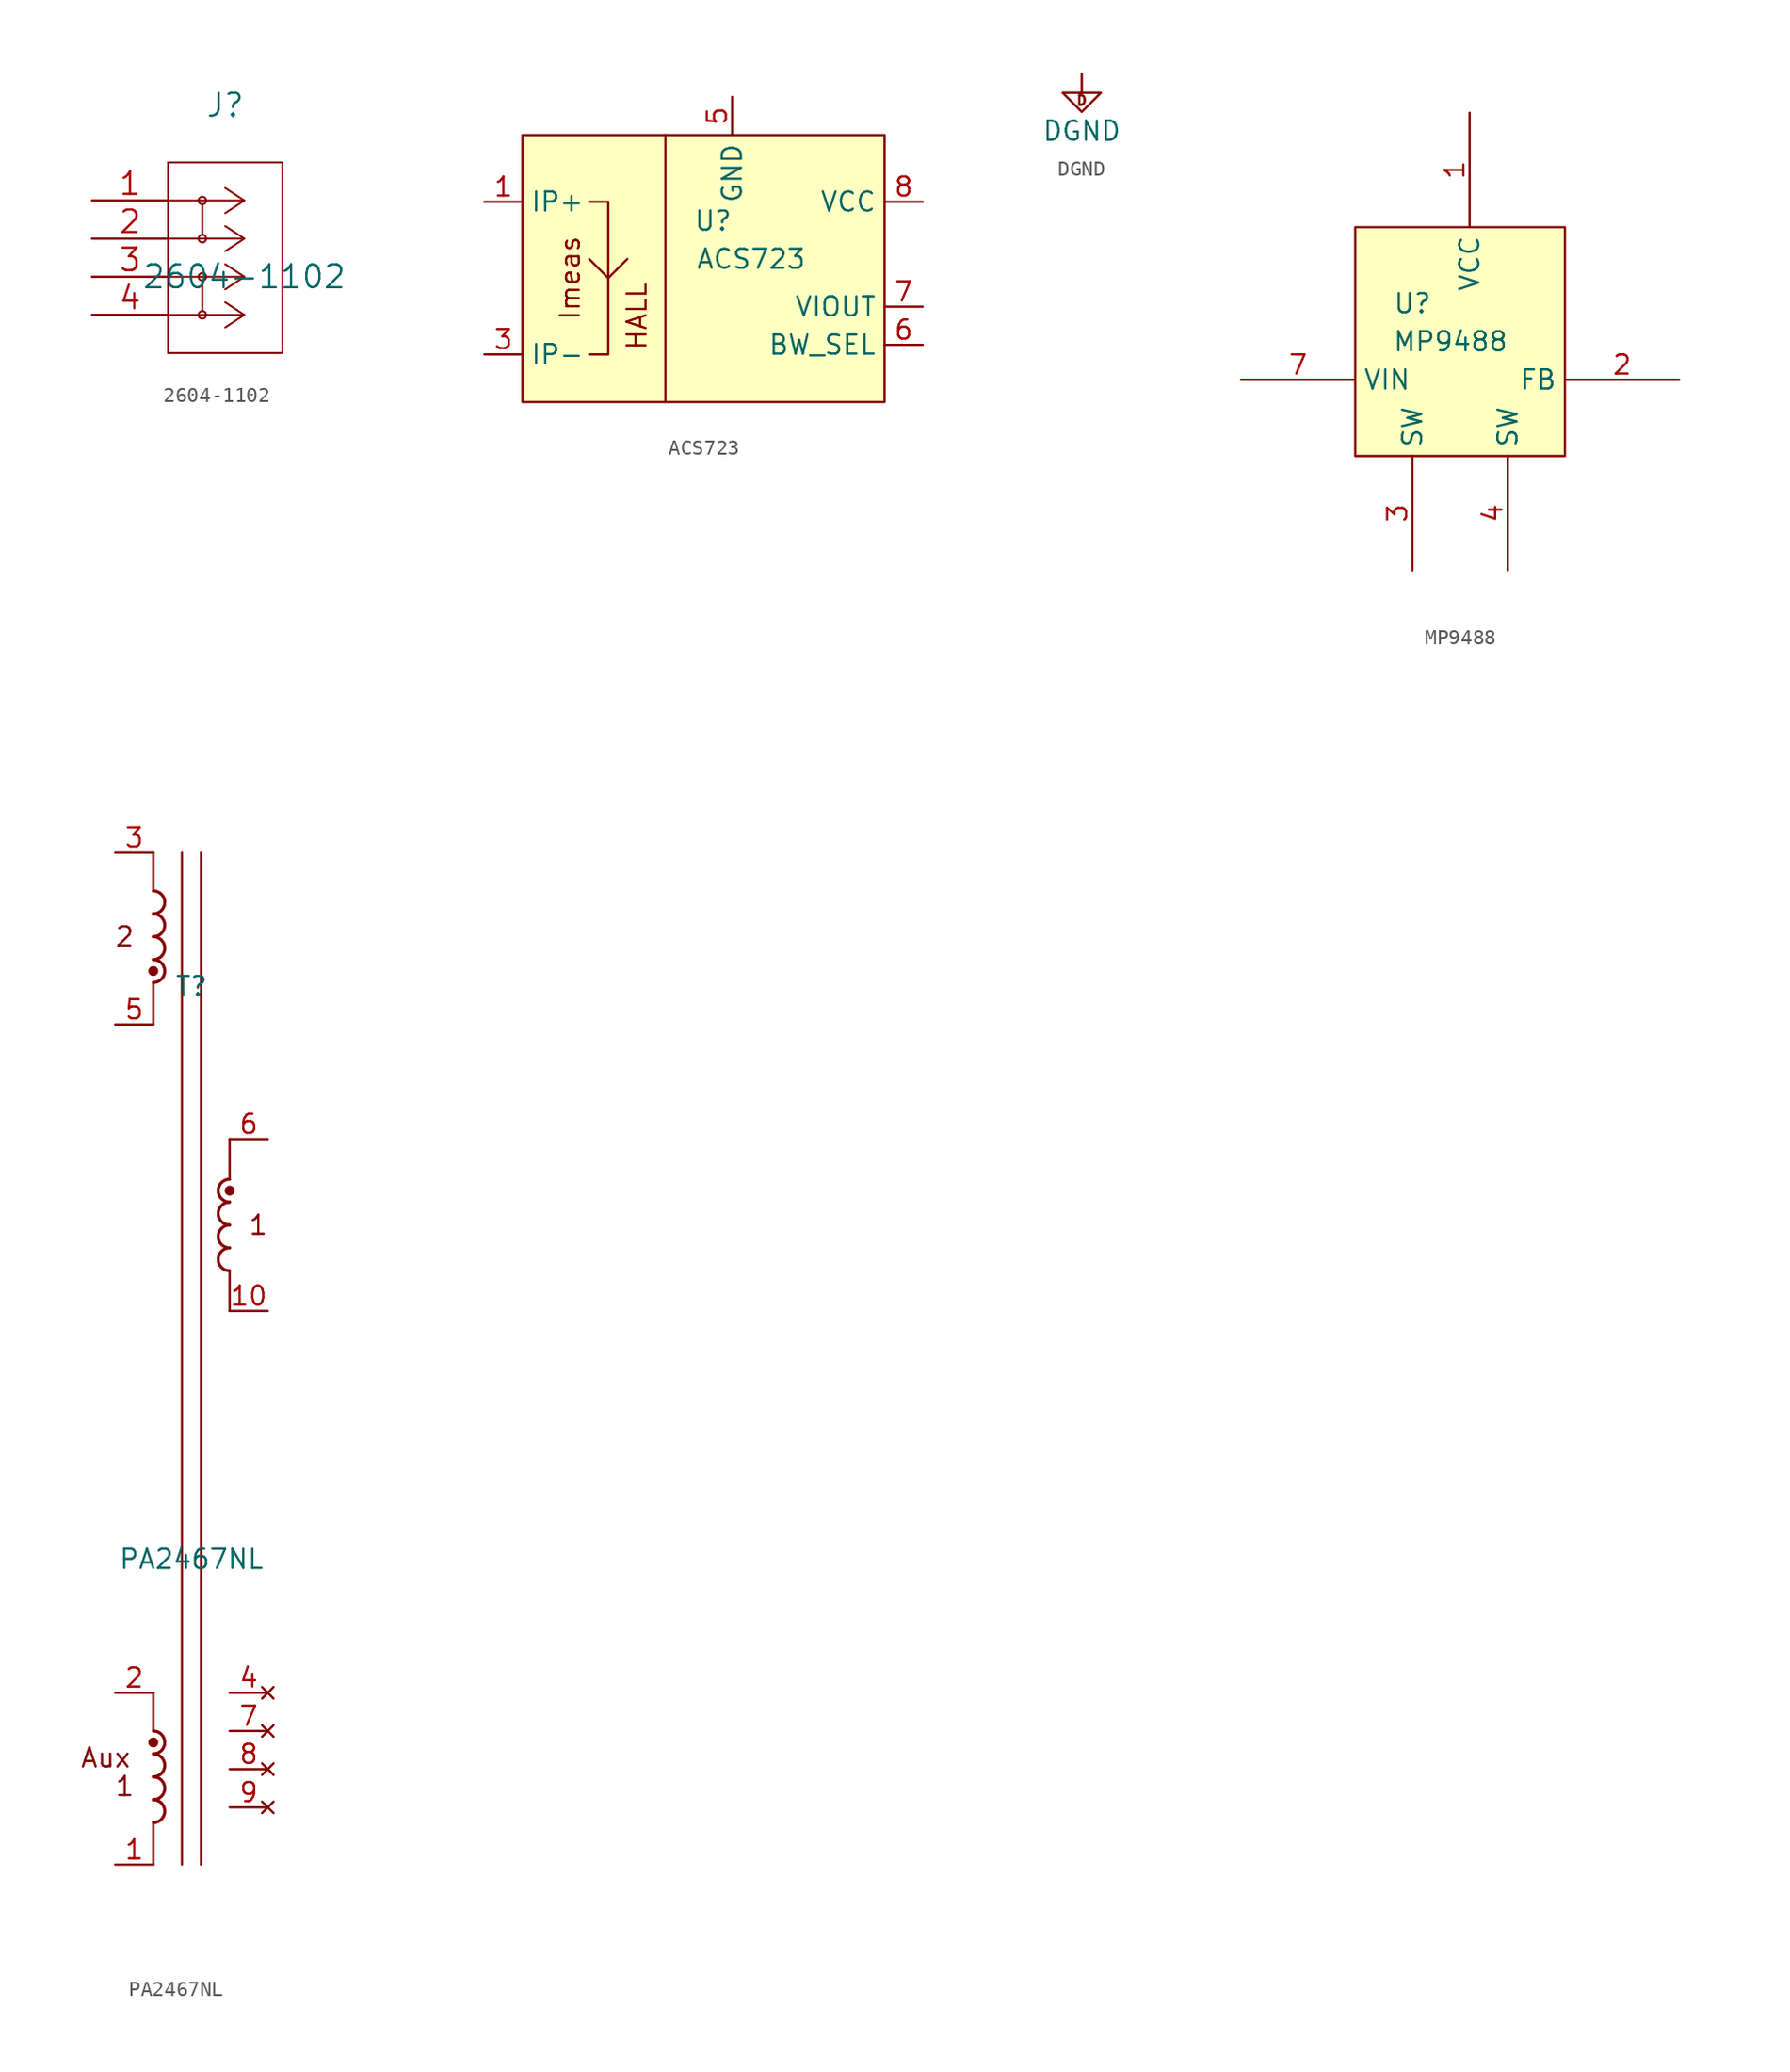
<source format=kicad_sym>
(kicad_symbol_lib
  (version 20211014)
  (generator kicad_symbol_editor)
  (symbol "2604-1102"
    (pin_names
      (offset 0.254) hide)
    (property "Reference" "J"
      (at -1.27 11.43 0)
      (effects (font (size 1.524 1.524))))
    (property "Value" "2604-1102"
      (at 0 0 0)
      (effects (font (size 1.524 1.524))))
    (property "Datasheet" ""
      (at 0 0 0)
      (effects (font (size 1.524 1.524))))
    (symbol "2604-1102_1_1"
      (circle (center -2.794 -2.54) (radius 0.254) (stroke (width 0.127) (type default) (color 0 0 0 0)) (fill (type none)))
      (circle (center -2.794 0) (radius 0.254) (stroke (width 0.127) (type default) (color 0 0 0 0)) (fill (type none)))
      (circle (center -2.794 2.54) (radius 0.254) (stroke (width 0.127) (type default) (color 0 0 0 0)) (fill (type none)))
      (circle (center -2.794 5.08) (radius 0.254) (stroke (width 0.127) (type default) (color 0 0 0 0)) (fill (type none)))
      (arc (start -2.54 -2.54) (mid -3.048 -2.54) (end -2.54 -2.54) (stroke (width 0.127) (type default) (color 0 0 0 0)) (fill (type none)))
      (arc (start -2.54 0) (mid -3.048 0) (end -2.54 0) (stroke (width 0.127) (type default) (color 0 0 0 0)) (fill (type none)))
      (arc (start -2.54 2.54) (mid -3.048 2.54) (end -2.54 2.54) (stroke (width 0.127) (type default) (color 0 0 0 0)) (fill (type none)))
      (arc (start -2.54 5.08) (mid -3.048 5.08) (end -2.54 5.08) (stroke (width 0.127) (type default) (color 0 0 0 0)) (fill (type none)))
      (polyline (pts (xy -5.08 -5.08) (xy 2.54 -5.08)) (stroke (width 0.127) (type default) (color 0 0 0 0)) (fill (type none)))
      (polyline (pts (xy -5.08 7.62) (xy -5.08 -5.08)) (stroke (width 0.127) (type default) (color 0 0 0 0)) (fill (type none)))
      (polyline (pts (xy -2.794 -0.254) (xy -2.794 -2.286)) (stroke (width 0.127) (type default) (color 0 0 0 0)) (fill (type none)))
      (polyline (pts (xy -2.794 4.826) (xy -2.794 2.794)) (stroke (width 0.127) (type default) (color 0 0 0 0)) (fill (type none)))
      (polyline (pts (xy 0 -2.54) (xy -5.08 -2.54)) (stroke (width 0.127) (type default) (color 0 0 0 0)) (fill (type none)))
      (polyline (pts (xy 0 -2.54) (xy -1.27 -3.378)) (stroke (width 0.127) (type default) (color 0 0 0 0)) (fill (type none)))
      (polyline (pts (xy 0 -2.54) (xy -1.27 -1.702)) (stroke (width 0.127) (type default) (color 0 0 0 0)) (fill (type none)))
      (polyline (pts (xy 0 0) (xy -5.08 0)) (stroke (width 0.127) (type default) (color 0 0 0 0)) (fill (type none)))
      (polyline (pts (xy 0 0) (xy -1.27 -0.838)) (stroke (width 0.127) (type default) (color 0 0 0 0)) (fill (type none)))
      (polyline (pts (xy 0 0) (xy -1.27 0.838)) (stroke (width 0.127) (type default) (color 0 0 0 0)) (fill (type none)))
      (polyline (pts (xy 0 2.54) (xy -5.08 2.54)) (stroke (width 0.127) (type default) (color 0 0 0 0)) (fill (type none)))
      (polyline (pts (xy 0 2.54) (xy -1.27 1.702)) (stroke (width 0.127) (type default) (color 0 0 0 0)) (fill (type none)))
      (polyline (pts (xy 0 2.54) (xy -1.27 3.378)) (stroke (width 0.127) (type default) (color 0 0 0 0)) (fill (type none)))
      (polyline (pts (xy 0 5.08) (xy -5.08 5.08)) (stroke (width 0.127) (type default) (color 0 0 0 0)) (fill (type none)))
      (polyline (pts (xy 0 5.08) (xy -1.27 4.242)) (stroke (width 0.127) (type default) (color 0 0 0 0)) (fill (type none)))
      (polyline (pts (xy 0 5.08) (xy -1.27 5.918)) (stroke (width 0.127) (type default) (color 0 0 0 0)) (fill (type none)))
      (polyline (pts (xy 2.54 -5.08) (xy 2.54 7.62)) (stroke (width 0.127) (type default) (color 0 0 0 0)) (fill (type none)))
      (polyline (pts (xy 2.54 7.62) (xy -5.08 7.62)) (stroke (width 0.127) (type default) (color 0 0 0 0)) (fill (type none)))
      (pin unspecified line (at -10.16 5.08 0) (length 5.08) (name "1" (effects (font (size 1.499 1.499)))) (number "1" (effects (font (size 1.499 1.499)))))
      (pin unspecified line (at -10.16 2.54 0) (length 5.08) (name "2" (effects (font (size 1.499 1.499)))) (number "2" (effects (font (size 1.499 1.499)))))
      (pin unspecified line (at -10.16 0 0) (length 5.08) (name "3" (effects (font (size 1.499 1.499)))) (number "3" (effects (font (size 1.499 1.499)))))
      (pin unspecified line (at -10.16 -2.54 0) (length 5.08) (name "4" (effects (font (size 1.499 1.499)))) (number "4" (effects (font (size 1.499 1.499)))))))
  (symbol "ACS723"
    (property "Reference" "U"
      (at 2.54 2.54 0)
      (effects (font (size 1.27 1.27))))
    (property "Value" "ACS723"
      (at 5.08 0 0)
      (effects (font (size 1.27 1.27))))
    (symbol "ACS723_0_0"
      (rectangle (start -10.16 8.255) (end 13.97 -9.525) (stroke (width 0) (type default) (color 0 0 0 0)) (fill (type background)))
      (polyline (pts (xy -0.635 8.255) (xy -0.635 -9.525)) (stroke (width 0) (type default) (color 0 0 0 0)) (fill (type none)))
      (polyline (pts (xy -5.715 0) (xy -4.445 -1.27) (xy -3.175 0)) (stroke (width 0) (type default) (color 0 0 0 0)) (fill (type none)))
      (text "HALL" (at -2.54 -3.81 900) (effects (font (size 1.27 1.27))))
      (text "Imeas" (at -6.985 -1.27 900) (effects (font (size 1.27 1.27)))))
    (symbol "ACS723_0_1"
      (polyline (pts (xy -5.715 3.81) (xy -4.445 3.81) (xy -4.445 -6.35) (xy -5.715 -6.35)) (stroke (width 0) (type default) (color 0 0 0 0)) (fill (type none))))
    (symbol "ACS723_1_1"
      (pin passive line (at -12.7 3.81 0) (length 2.54) (name "IP+" (effects (font (size 1.27 1.27)))) (number "1" (effects (font (size 1.27 1.27)))))
      (pin passive line (at -12.7 3.81 0) (length 2.54) hide (name "IP+" (effects (font (size 1.27 1.27)))) (number "2" (effects (font (size 1.27 1.27)))))
      (pin passive line (at -12.7 -6.35 0) (length 2.54) (name "IP-" (effects (font (size 1.27 1.27)))) (number "3" (effects (font (size 1.27 1.27)))))
      (pin passive line (at -12.7 -6.35 0) (length 2.54) hide (name "IP-" (effects (font (size 1.27 1.27)))) (number "4" (effects (font (size 1.27 1.27)))))
      (pin power_in line (at 3.81 10.795 270) (length 2.54) (name "GND" (effects (font (size 1.27 1.27)))) (number "5" (effects (font (size 1.27 1.27)))))
      (pin passive line (at 16.51 -5.715 180) (length 2.54) (name "BW_SEL" (effects (font (size 1.27 1.27)))) (number "6" (effects (font (size 1.27 1.27)))))
      (pin output line (at 16.51 -3.175 180) (length 2.54) (name "VIOUT" (effects (font (size 1.27 1.27)))) (number "7" (effects (font (size 1.27 1.27)))))
      (pin power_in line (at 16.51 3.81 180) (length 2.54) (name "VCC" (effects (font (size 1.27 1.27)))) (number "8" (effects (font (size 1.27 1.27)))))))
  (symbol "DGND"
    (power)
    (pin_names
      (offset 0))
    (property "Reference" "#PWR"
      (at 0 -6.35 0)
      (effects (font (size 1.27 1.27)) hide))
    (property "Value" "DGND"
      (at 0 -3.81 0)
      (effects (font (size 1.27 1.27))))
    (symbol "DGND_0_0"
      (text "D" (at 0 -1.778 0) (effects (font (size 0.63 0.63)))))
    (symbol "DGND_0_1"
      (polyline (pts (xy 0 0) (xy 0 -1.27) (xy 1.27 -1.27) (xy 0 -2.54) (xy -1.27 -1.27) (xy 0 -1.27)) (stroke (width 0) (type default) (color 0 0 0 0)) (fill (type none))))
    (symbol "DGND_1_1"
      (pin power_in line (at 0 0 270) (length 0) hide (name "DGND" (effects (font (size 1.27 1.27)))) (number "1" (effects (font (size 1.27 1.27)))))))
  (symbol "MP9488"
    (property "Reference" "U"
      (at -3.81 1.27 0)
      (effects (font (size 1.27 1.27))))
    (property "Value" "MP9488"
      (at -1.27 -1.27 0)
      (effects (font (size 1.27 1.27))))
    (symbol "MP9488_0_1"
      (rectangle (start -7.62 6.35) (end 6.35 -8.89) (stroke (width 0) (type default) (color 0 0 0 0)) (fill (type background))))
    (symbol "MP9488_1_1"
      (pin power_in line (at 0 13.97 270) (length 7.62) (name "VCC" (effects (font (size 1.27 1.27)))) (number "1" (effects (font (size 1.27 1.27)))))
      (pin input line (at 13.97 -3.81 180) (length 7.62) (name "FB" (effects (font (size 1.27 1.27)))) (number "2" (effects (font (size 1.27 1.27)))))
      (pin power_out line (at -3.81 -16.51 90) (length 7.62) (name "SW" (effects (font (size 1.27 1.27)))) (number "3" (effects (font (size 1.27 1.27)))))
      (pin power_out line (at 2.54 -16.51 90) (length 7.62) (name "SW" (effects (font (size 1.27 1.27)))) (number "4" (effects (font (size 1.27 1.27)))))
      (pin power_in line (at -15.24 -3.81 0) (length 7.62) (name "VIN" (effects (font (size 1.27 1.27)))) (number "7" (effects (font (size 1.27 1.27)))))))
  (symbol "PA2467NL"
    (pin_names hide)
    (property "Reference" "T"
      (at 0 13.97 0)
      (effects (font (size 1.27 1.27))))
    (property "Value" "PA2467NL"
      (at 0 -24.13 0)
      (effects (font (size 1.27 1.27))))
    (symbol "PA2467NL_0_0"
      (text "1" (at -4.445 -39.243 0) (effects (font (size 1.27 1.27))))
      (text "1" (at 4.445 -1.905 0) (effects (font (size 1.27 1.27))))
      (text "2" (at -4.445 17.272 0) (effects (font (size 1.27 1.27))))
      (text "Aux" (at -5.715 -37.338 0) (effects (font (size 1.27 1.27)))))
    (symbol "PA2467NL_0_1"
      (arc (start -2.54 -41.656) (mid -1.778 -40.894) (end -2.54 -40.132) (stroke (width 0.2032) (type default) (color 0 0 0 0)) (fill (type none)))
      (arc (start -2.54 -40.132) (mid -1.778 -39.37) (end -2.54 -38.608) (stroke (width 0.2032) (type default) (color 0 0 0 0)) (fill (type none)))
      (arc (start -2.54 -38.608) (mid -1.778 -37.846) (end -2.54 -37.084) (stroke (width 0.2032) (type default) (color 0 0 0 0)) (fill (type none)))
      (arc (start -2.54 -37.084) (mid -1.778 -36.322) (end -2.54 -35.56) (stroke (width 0.2032) (type default) (color 0 0 0 0)) (fill (type none)))
      (circle (center -2.54 -36.322) (radius 0.254) (stroke (width 0) (type default) (color 0 0 0 0)) (fill (type outline)))
      (arc (start -2.54 14.224) (mid -1.778 14.986) (end -2.54 15.748) (stroke (width 0.2032) (type default) (color 0 0 0 0)) (fill (type none)))
      (circle (center -2.54 14.986) (radius 0.254) (stroke (width 0) (type default) (color 0 0 0 0)) (fill (type outline)))
      (arc (start -2.54 15.748) (mid -1.778 16.51) (end -2.54 17.272) (stroke (width 0.2032) (type default) (color 0 0 0 0)) (fill (type none)))
      (arc (start -2.54 17.272) (mid -1.778 18.034) (end -2.54 18.796) (stroke (width 0.2032) (type default) (color 0 0 0 0)) (fill (type none)))
      (arc (start -2.54 18.796) (mid -1.778 19.558) (end -2.54 20.32) (stroke (width 0.2032) (type default) (color 0 0 0 0)) (fill (type none)))
      (polyline (pts (xy -2.54 -41.656) (xy -2.54 -44.45)) (stroke (width 0) (type default) (color 0 0 0 0)) (fill (type none)))
      (polyline (pts (xy -2.54 -33.02) (xy -2.54 -35.56)) (stroke (width 0) (type default) (color 0 0 0 0)) (fill (type none)))
      (polyline (pts (xy -2.54 14.224) (xy -2.54 11.43)) (stroke (width 0) (type default) (color 0 0 0 0)) (fill (type none)))
      (polyline (pts (xy -2.54 22.86) (xy -2.54 20.32)) (stroke (width 0) (type default) (color 0 0 0 0)) (fill (type none)))
      (polyline (pts (xy -0.635 22.86) (xy -0.635 -44.45)) (stroke (width 0) (type default) (color 0 0 0 0)) (fill (type none)))
      (polyline (pts (xy 0.635 22.86) (xy 0.635 -44.45)) (stroke (width 0) (type default) (color 0 0 0 0)) (fill (type none)))
      (polyline (pts (xy 2.54 -4.953) (xy 2.54 -7.62)) (stroke (width 0) (type default) (color 0 0 0 0)) (fill (type none)))
      (polyline (pts (xy 2.54 3.81) (xy 2.54 1.27)) (stroke (width 0) (type default) (color 0 0 0 0)) (fill (type none)))
      (arc (start 2.54 -3.429) (mid 1.778 -4.191) (end 2.54 -4.953) (stroke (width 0.2032) (type default) (color 0 0 0 0)) (fill (type none)))
      (arc (start 2.54 -1.905) (mid 1.778 -2.667) (end 2.54 -3.429) (stroke (width 0.2032) (type default) (color 0 0 0 0)) (fill (type none)))
      (arc (start 2.54 -0.381) (mid 1.778 -1.143) (end 2.54 -1.905) (stroke (width 0.2032) (type default) (color 0 0 0 0)) (fill (type none)))
      (circle (center 2.54 0.381) (radius 0.254) (stroke (width 0) (type default) (color 0 0 0 0)) (fill (type outline))))
    (symbol "PA2467NL_1_1"
      (arc (start 2.54 1.143) (mid 1.778 0.381) (end 2.54 -0.381) (stroke (width 0.2032) (type default) (color 0 0 0 0)) (fill (type none)))
      (pin passive line (at -5.08 -44.45 0) (length 2.54) (name "~" (effects (font (size 1.27 1.27)))) (number "1" (effects (font (size 1.27 1.27)))))
      (pin passive line (at 5.08 -7.62 180) (length 2.54) (name "~" (effects (font (size 1.27 1.27)))) (number "10" (effects (font (size 1.27 1.27)))))
      (pin passive line (at -5.08 -33.02 0) (length 2.54) (name "~" (effects (font (size 1.27 1.27)))) (number "2" (effects (font (size 1.27 1.27)))))
      (pin passive line (at -5.08 22.86 0) (length 2.54) (name "~" (effects (font (size 1.27 1.27)))) (number "3" (effects (font (size 1.27 1.27)))))
      (pin no_connect line (at 5.08 -33.02 180) (length 2.54) (name "" (effects (font (size 1.27 1.27)))) (number "4" (effects (font (size 1.27 1.27)))))
      (pin passive line (at -5.08 11.43 0) (length 2.54) (name "~" (effects (font (size 1.27 1.27)))) (number "5" (effects (font (size 1.27 1.27)))))
      (pin passive line (at 5.08 3.81 180) (length 2.54) (name "~" (effects (font (size 1.27 1.27)))) (number "6" (effects (font (size 1.27 1.27)))))
      (pin no_connect line (at 5.08 -35.56 180) (length 2.54) (name "" (effects (font (size 1.27 1.27)))) (number "7" (effects (font (size 1.27 1.27)))))
      (pin no_connect line (at 5.08 -38.1 180) (length 2.54) (name "" (effects (font (size 1.27 1.27)))) (number "8" (effects (font (size 1.27 1.27)))))
      (pin no_connect line (at 5.08 -40.64 180) (length 2.54) (name "" (effects (font (size 1.27 1.27)))) (number "9" (effects (font (size 1.27 1.27))))))))
</source>
